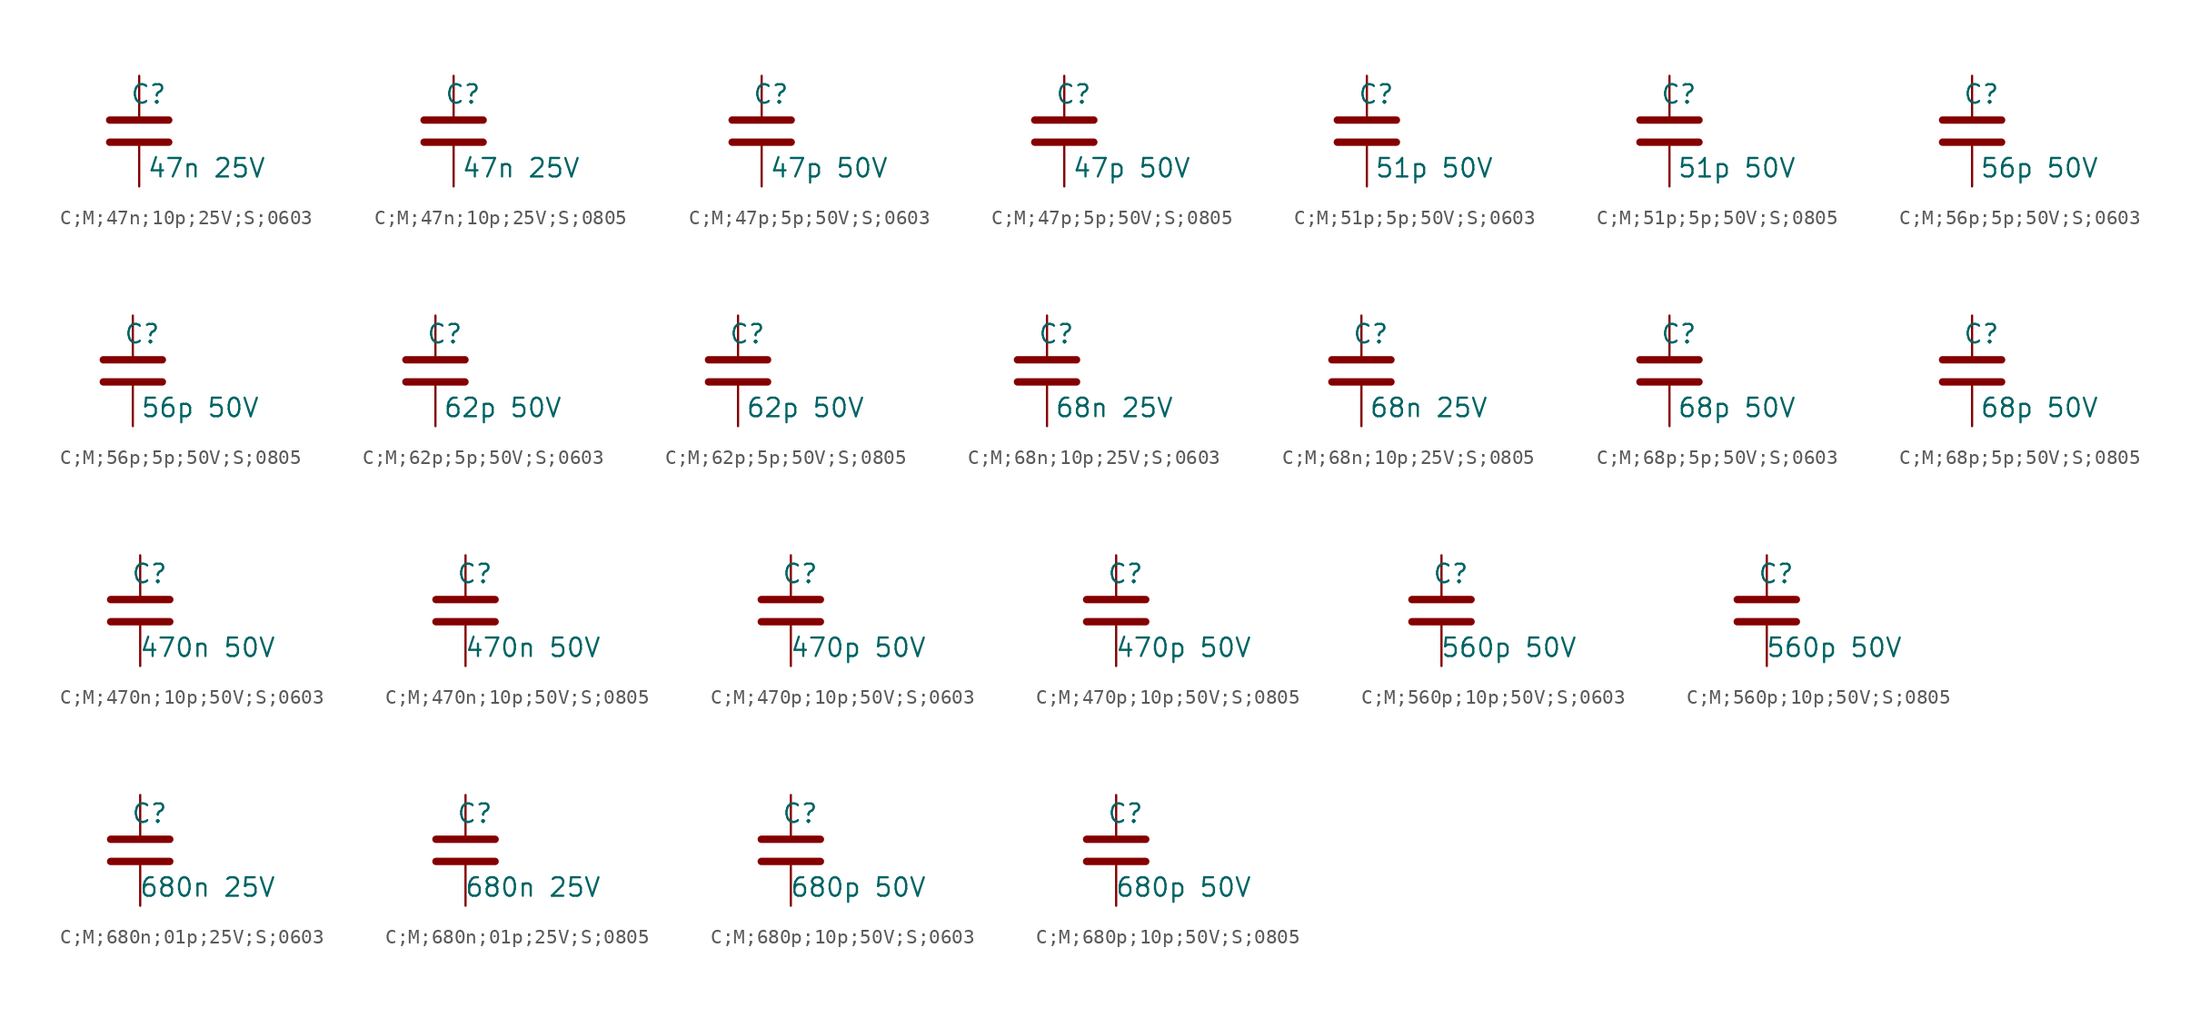
<source format=kicad_sym>
(kicad_symbol_lib
  (version 20231120)
  (generator "kicad_symbol_editor")
  (generator_version "8.0")
  (symbol "C;M;47n;10p;25V;S;0603"
    (pin_numbers hide)
    (pin_names
      (offset 0.254))
    (property "Reference" "C"
      (at 0.635 2.54 0)
      (effects (font (size 1.27 1.27))))
    (property "Value" "47n 25V"
      (at 4.635 -2.54 0)
      (effects (font (size 1.27 1.27))))
    (symbol "C;M;47n;10p;25V;S;0603_0_1"
      (polyline (pts (xy -2.032 -0.762) (xy 2.032 -0.762)) (stroke (width 0.508) (type default)) (fill (type none)))
      (polyline (pts (xy -2.032 0.762) (xy 2.032 0.762)) (stroke (width 0.508) (type default)) (fill (type none))))
    (symbol "C;M;47n;10p;25V;S;0603_1_1"
      (pin passive line (at 0 3.81 270) (length 2.794) (name "~" (effects (font (size 1.27 1.27)))) (number "1" (effects (font (size 1.27 1.27)))))
      (pin passive line (at 0 -3.81 90) (length 2.794) (name "~" (effects (font (size 1.27 1.27)))) (number "2" (effects (font (size 1.27 1.27)))))))
  (symbol "C;M;47n;10p;25V;S;0805"
    (pin_numbers hide)
    (pin_names
      (offset 0.254))
    (property "Reference" "C"
      (at 0.635 2.54 0)
      (effects (font (size 1.27 1.27))))
    (property "Value" "47n 25V"
      (at 4.635 -2.54 0)
      (effects (font (size 1.27 1.27))))
    (symbol "C;M;47n;10p;25V;S;0805_0_1"
      (polyline (pts (xy -2.032 -0.762) (xy 2.032 -0.762)) (stroke (width 0.508) (type default)) (fill (type none)))
      (polyline (pts (xy -2.032 0.762) (xy 2.032 0.762)) (stroke (width 0.508) (type default)) (fill (type none))))
    (symbol "C;M;47n;10p;25V;S;0805_1_1"
      (pin passive line (at 0 3.81 270) (length 2.794) (name "~" (effects (font (size 1.27 1.27)))) (number "1" (effects (font (size 1.27 1.27)))))
      (pin passive line (at 0 -3.81 90) (length 2.794) (name "~" (effects (font (size 1.27 1.27)))) (number "2" (effects (font (size 1.27 1.27)))))))
  (symbol "C;M;47p;5p;50V;S;0603"
    (pin_numbers hide)
    (pin_names
      (offset 0.254))
    (property "Reference" "C"
      (at 0.635 2.54 0)
      (effects (font (size 1.27 1.27))))
    (property "Value" "47p 50V"
      (at 4.635 -2.54 0)
      (effects (font (size 1.27 1.27))))
    (symbol "C;M;47p;5p;50V;S;0603_0_1"
      (polyline (pts (xy -2.032 -0.762) (xy 2.032 -0.762)) (stroke (width 0.508) (type default)) (fill (type none)))
      (polyline (pts (xy -2.032 0.762) (xy 2.032 0.762)) (stroke (width 0.508) (type default)) (fill (type none))))
    (symbol "C;M;47p;5p;50V;S;0603_1_1"
      (pin passive line (at 0 3.81 270) (length 2.794) (name "~" (effects (font (size 1.27 1.27)))) (number "1" (effects (font (size 1.27 1.27)))))
      (pin passive line (at 0 -3.81 90) (length 2.794) (name "~" (effects (font (size 1.27 1.27)))) (number "2" (effects (font (size 1.27 1.27)))))))
  (symbol "C;M;47p;5p;50V;S;0805"
    (pin_numbers hide)
    (pin_names
      (offset 0.254))
    (property "Reference" "C"
      (at 0.635 2.54 0)
      (effects (font (size 1.27 1.27))))
    (property "Value" "47p 50V"
      (at 4.635 -2.54 0)
      (effects (font (size 1.27 1.27))))
    (symbol "C;M;47p;5p;50V;S;0805_0_1"
      (polyline (pts (xy -2.032 -0.762) (xy 2.032 -0.762)) (stroke (width 0.508) (type default)) (fill (type none)))
      (polyline (pts (xy -2.032 0.762) (xy 2.032 0.762)) (stroke (width 0.508) (type default)) (fill (type none))))
    (symbol "C;M;47p;5p;50V;S;0805_1_1"
      (pin passive line (at 0 3.81 270) (length 2.794) (name "~" (effects (font (size 1.27 1.27)))) (number "1" (effects (font (size 1.27 1.27)))))
      (pin passive line (at 0 -3.81 90) (length 2.794) (name "~" (effects (font (size 1.27 1.27)))) (number "2" (effects (font (size 1.27 1.27)))))))
  (symbol "C;M;51p;5p;50V;S;0603"
    (pin_numbers hide)
    (pin_names
      (offset 0.254))
    (property "Reference" "C"
      (at 0.635 2.54 0)
      (effects (font (size 1.27 1.27))))
    (property "Value" "51p 50V"
      (at 4.635 -2.54 0)
      (effects (font (size 1.27 1.27))))
    (symbol "C;M;51p;5p;50V;S;0603_0_1"
      (polyline (pts (xy -2.032 -0.762) (xy 2.032 -0.762)) (stroke (width 0.508) (type default)) (fill (type none)))
      (polyline (pts (xy -2.032 0.762) (xy 2.032 0.762)) (stroke (width 0.508) (type default)) (fill (type none))))
    (symbol "C;M;51p;5p;50V;S;0603_1_1"
      (pin passive line (at 0 3.81 270) (length 2.794) (name "~" (effects (font (size 1.27 1.27)))) (number "1" (effects (font (size 1.27 1.27)))))
      (pin passive line (at 0 -3.81 90) (length 2.794) (name "~" (effects (font (size 1.27 1.27)))) (number "2" (effects (font (size 1.27 1.27)))))))
  (symbol "C;M;51p;5p;50V;S;0805"
    (pin_numbers hide)
    (pin_names
      (offset 0.254))
    (property "Reference" "C"
      (at 0.635 2.54 0)
      (effects (font (size 1.27 1.27))))
    (property "Value" "51p 50V"
      (at 4.635 -2.54 0)
      (effects (font (size 1.27 1.27))))
    (symbol "C;M;51p;5p;50V;S;0805_0_1"
      (polyline (pts (xy -2.032 -0.762) (xy 2.032 -0.762)) (stroke (width 0.508) (type default)) (fill (type none)))
      (polyline (pts (xy -2.032 0.762) (xy 2.032 0.762)) (stroke (width 0.508) (type default)) (fill (type none))))
    (symbol "C;M;51p;5p;50V;S;0805_1_1"
      (pin passive line (at 0 3.81 270) (length 2.794) (name "~" (effects (font (size 1.27 1.27)))) (number "1" (effects (font (size 1.27 1.27)))))
      (pin passive line (at 0 -3.81 90) (length 2.794) (name "~" (effects (font (size 1.27 1.27)))) (number "2" (effects (font (size 1.27 1.27)))))))
  (symbol "C;M;56p;5p;50V;S;0603"
    (pin_numbers hide)
    (pin_names
      (offset 0.254))
    (property "Reference" "C"
      (at 0.635 2.54 0)
      (effects (font (size 1.27 1.27))))
    (property "Value" "56p 50V"
      (at 4.635 -2.54 0)
      (effects (font (size 1.27 1.27))))
    (symbol "C;M;56p;5p;50V;S;0603_0_1"
      (polyline (pts (xy -2.032 -0.762) (xy 2.032 -0.762)) (stroke (width 0.508) (type default)) (fill (type none)))
      (polyline (pts (xy -2.032 0.762) (xy 2.032 0.762)) (stroke (width 0.508) (type default)) (fill (type none))))
    (symbol "C;M;56p;5p;50V;S;0603_1_1"
      (pin passive line (at 0 3.81 270) (length 2.794) (name "~" (effects (font (size 1.27 1.27)))) (number "1" (effects (font (size 1.27 1.27)))))
      (pin passive line (at 0 -3.81 90) (length 2.794) (name "~" (effects (font (size 1.27 1.27)))) (number "2" (effects (font (size 1.27 1.27)))))))
  (symbol "C;M;56p;5p;50V;S;0805"
    (pin_numbers hide)
    (pin_names
      (offset 0.254))
    (property "Reference" "C"
      (at 0.635 2.54 0)
      (effects (font (size 1.27 1.27))))
    (property "Value" "56p 50V"
      (at 4.635 -2.54 0)
      (effects (font (size 1.27 1.27))))
    (symbol "C;M;56p;5p;50V;S;0805_0_1"
      (polyline (pts (xy -2.032 -0.762) (xy 2.032 -0.762)) (stroke (width 0.508) (type default)) (fill (type none)))
      (polyline (pts (xy -2.032 0.762) (xy 2.032 0.762)) (stroke (width 0.508) (type default)) (fill (type none))))
    (symbol "C;M;56p;5p;50V;S;0805_1_1"
      (pin passive line (at 0 3.81 270) (length 2.794) (name "~" (effects (font (size 1.27 1.27)))) (number "1" (effects (font (size 1.27 1.27)))))
      (pin passive line (at 0 -3.81 90) (length 2.794) (name "~" (effects (font (size 1.27 1.27)))) (number "2" (effects (font (size 1.27 1.27)))))))
  (symbol "C;M;62p;5p;50V;S;0603"
    (pin_numbers hide)
    (pin_names
      (offset 0.254))
    (property "Reference" "C"
      (at 0.635 2.54 0)
      (effects (font (size 1.27 1.27))))
    (property "Value" "62p 50V"
      (at 4.635 -2.54 0)
      (effects (font (size 1.27 1.27))))
    (symbol "C;M;62p;5p;50V;S;0603_0_1"
      (polyline (pts (xy -2.032 -0.762) (xy 2.032 -0.762)) (stroke (width 0.508) (type default)) (fill (type none)))
      (polyline (pts (xy -2.032 0.762) (xy 2.032 0.762)) (stroke (width 0.508) (type default)) (fill (type none))))
    (symbol "C;M;62p;5p;50V;S;0603_1_1"
      (pin passive line (at 0 3.81 270) (length 2.794) (name "~" (effects (font (size 1.27 1.27)))) (number "1" (effects (font (size 1.27 1.27)))))
      (pin passive line (at 0 -3.81 90) (length 2.794) (name "~" (effects (font (size 1.27 1.27)))) (number "2" (effects (font (size 1.27 1.27)))))))
  (symbol "C;M;62p;5p;50V;S;0805"
    (pin_numbers hide)
    (pin_names
      (offset 0.254))
    (property "Reference" "C"
      (at 0.635 2.54 0)
      (effects (font (size 1.27 1.27))))
    (property "Value" "62p 50V"
      (at 4.635 -2.54 0)
      (effects (font (size 1.27 1.27))))
    (symbol "C;M;62p;5p;50V;S;0805_0_1"
      (polyline (pts (xy -2.032 -0.762) (xy 2.032 -0.762)) (stroke (width 0.508) (type default)) (fill (type none)))
      (polyline (pts (xy -2.032 0.762) (xy 2.032 0.762)) (stroke (width 0.508) (type default)) (fill (type none))))
    (symbol "C;M;62p;5p;50V;S;0805_1_1"
      (pin passive line (at 0 3.81 270) (length 2.794) (name "~" (effects (font (size 1.27 1.27)))) (number "1" (effects (font (size 1.27 1.27)))))
      (pin passive line (at 0 -3.81 90) (length 2.794) (name "~" (effects (font (size 1.27 1.27)))) (number "2" (effects (font (size 1.27 1.27)))))))
  (symbol "C;M;68n;10p;25V;S;0603"
    (pin_numbers hide)
    (pin_names
      (offset 0.254))
    (property "Reference" "C"
      (at 0.635 2.54 0)
      (effects (font (size 1.27 1.27))))
    (property "Value" "68n 25V"
      (at 4.635 -2.54 0)
      (effects (font (size 1.27 1.27))))
    (symbol "C;M;68n;10p;25V;S;0603_0_1"
      (polyline (pts (xy -2.032 -0.762) (xy 2.032 -0.762)) (stroke (width 0.508) (type default)) (fill (type none)))
      (polyline (pts (xy -2.032 0.762) (xy 2.032 0.762)) (stroke (width 0.508) (type default)) (fill (type none))))
    (symbol "C;M;68n;10p;25V;S;0603_1_1"
      (pin passive line (at 0 3.81 270) (length 2.794) (name "~" (effects (font (size 1.27 1.27)))) (number "1" (effects (font (size 1.27 1.27)))))
      (pin passive line (at 0 -3.81 90) (length 2.794) (name "~" (effects (font (size 1.27 1.27)))) (number "2" (effects (font (size 1.27 1.27)))))))
  (symbol "C;M;68n;10p;25V;S;0805"
    (pin_numbers hide)
    (pin_names
      (offset 0.254))
    (property "Reference" "C"
      (at 0.635 2.54 0)
      (effects (font (size 1.27 1.27))))
    (property "Value" "68n 25V"
      (at 4.635 -2.54 0)
      (effects (font (size 1.27 1.27))))
    (symbol "C;M;68n;10p;25V;S;0805_0_1"
      (polyline (pts (xy -2.032 -0.762) (xy 2.032 -0.762)) (stroke (width 0.508) (type default)) (fill (type none)))
      (polyline (pts (xy -2.032 0.762) (xy 2.032 0.762)) (stroke (width 0.508) (type default)) (fill (type none))))
    (symbol "C;M;68n;10p;25V;S;0805_1_1"
      (pin passive line (at 0 3.81 270) (length 2.794) (name "~" (effects (font (size 1.27 1.27)))) (number "1" (effects (font (size 1.27 1.27)))))
      (pin passive line (at 0 -3.81 90) (length 2.794) (name "~" (effects (font (size 1.27 1.27)))) (number "2" (effects (font (size 1.27 1.27)))))))
  (symbol "C;M;68p;5p;50V;S;0603"
    (pin_numbers hide)
    (pin_names
      (offset 0.254))
    (property "Reference" "C"
      (at 0.635 2.54 0)
      (effects (font (size 1.27 1.27))))
    (property "Value" "68p 50V"
      (at 4.635 -2.54 0)
      (effects (font (size 1.27 1.27))))
    (symbol "C;M;68p;5p;50V;S;0603_0_1"
      (polyline (pts (xy -2.032 -0.762) (xy 2.032 -0.762)) (stroke (width 0.508) (type default)) (fill (type none)))
      (polyline (pts (xy -2.032 0.762) (xy 2.032 0.762)) (stroke (width 0.508) (type default)) (fill (type none))))
    (symbol "C;M;68p;5p;50V;S;0603_1_1"
      (pin passive line (at 0 3.81 270) (length 2.794) (name "~" (effects (font (size 1.27 1.27)))) (number "1" (effects (font (size 1.27 1.27)))))
      (pin passive line (at 0 -3.81 90) (length 2.794) (name "~" (effects (font (size 1.27 1.27)))) (number "2" (effects (font (size 1.27 1.27)))))))
  (symbol "C;M;68p;5p;50V;S;0805"
    (pin_numbers hide)
    (pin_names
      (offset 0.254))
    (property "Reference" "C"
      (at 0.635 2.54 0)
      (effects (font (size 1.27 1.27))))
    (property "Value" "68p 50V"
      (at 4.635 -2.54 0)
      (effects (font (size 1.27 1.27))))
    (symbol "C;M;68p;5p;50V;S;0805_0_1"
      (polyline (pts (xy -2.032 -0.762) (xy 2.032 -0.762)) (stroke (width 0.508) (type default)) (fill (type none)))
      (polyline (pts (xy -2.032 0.762) (xy 2.032 0.762)) (stroke (width 0.508) (type default)) (fill (type none))))
    (symbol "C;M;68p;5p;50V;S;0805_1_1"
      (pin passive line (at 0 3.81 270) (length 2.794) (name "~" (effects (font (size 1.27 1.27)))) (number "1" (effects (font (size 1.27 1.27)))))
      (pin passive line (at 0 -3.81 90) (length 2.794) (name "~" (effects (font (size 1.27 1.27)))) (number "2" (effects (font (size 1.27 1.27)))))))
  (symbol "C;M;470n;10p;50V;S;0603"
    (pin_numbers hide)
    (pin_names
      (offset 0.254))
    (property "Reference" "C"
      (at 0.635 2.54 0)
      (effects (font (size 1.27 1.27))))
    (property "Value" "470n 50V"
      (at 4.635 -2.54 0)
      (effects (font (size 1.27 1.27))))
    (symbol "C;M;470n;10p;50V;S;0603_0_1"
      (polyline (pts (xy -2.032 -0.762) (xy 2.032 -0.762)) (stroke (width 0.508) (type default)) (fill (type none)))
      (polyline (pts (xy -2.032 0.762) (xy 2.032 0.762)) (stroke (width 0.508) (type default)) (fill (type none))))
    (symbol "C;M;470n;10p;50V;S;0603_1_1"
      (pin passive line (at 0 3.81 270) (length 2.794) (name "~" (effects (font (size 1.27 1.27)))) (number "1" (effects (font (size 1.27 1.27)))))
      (pin passive line (at 0 -3.81 90) (length 2.794) (name "~" (effects (font (size 1.27 1.27)))) (number "2" (effects (font (size 1.27 1.27)))))))
  (symbol "C;M;470n;10p;50V;S;0805"
    (pin_numbers hide)
    (pin_names
      (offset 0.254))
    (property "Reference" "C"
      (at 0.635 2.54 0)
      (effects (font (size 1.27 1.27))))
    (property "Value" "470n 50V"
      (at 4.635 -2.54 0)
      (effects (font (size 1.27 1.27))))
    (symbol "C;M;470n;10p;50V;S;0805_0_1"
      (polyline (pts (xy -2.032 -0.762) (xy 2.032 -0.762)) (stroke (width 0.508) (type default)) (fill (type none)))
      (polyline (pts (xy -2.032 0.762) (xy 2.032 0.762)) (stroke (width 0.508) (type default)) (fill (type none))))
    (symbol "C;M;470n;10p;50V;S;0805_1_1"
      (pin passive line (at 0 3.81 270) (length 2.794) (name "~" (effects (font (size 1.27 1.27)))) (number "1" (effects (font (size 1.27 1.27)))))
      (pin passive line (at 0 -3.81 90) (length 2.794) (name "~" (effects (font (size 1.27 1.27)))) (number "2" (effects (font (size 1.27 1.27)))))))
  (symbol "C;M;470p;10p;50V;S;0603"
    (pin_numbers hide)
    (pin_names
      (offset 0.254))
    (property "Reference" "C"
      (at 0.635 2.54 0)
      (effects (font (size 1.27 1.27))))
    (property "Value" "470p 50V"
      (at 4.635 -2.54 0)
      (effects (font (size 1.27 1.27))))
    (symbol "C;M;470p;10p;50V;S;0603_0_1"
      (polyline (pts (xy -2.032 -0.762) (xy 2.032 -0.762)) (stroke (width 0.508) (type default)) (fill (type none)))
      (polyline (pts (xy -2.032 0.762) (xy 2.032 0.762)) (stroke (width 0.508) (type default)) (fill (type none))))
    (symbol "C;M;470p;10p;50V;S;0603_1_1"
      (pin passive line (at 0 3.81 270) (length 2.794) (name "~" (effects (font (size 1.27 1.27)))) (number "1" (effects (font (size 1.27 1.27)))))
      (pin passive line (at 0 -3.81 90) (length 2.794) (name "~" (effects (font (size 1.27 1.27)))) (number "2" (effects (font (size 1.27 1.27)))))))
  (symbol "C;M;470p;10p;50V;S;0805"
    (pin_numbers hide)
    (pin_names
      (offset 0.254))
    (property "Reference" "C"
      (at 0.635 2.54 0)
      (effects (font (size 1.27 1.27))))
    (property "Value" "470p 50V"
      (at 4.635 -2.54 0)
      (effects (font (size 1.27 1.27))))
    (symbol "C;M;470p;10p;50V;S;0805_0_1"
      (polyline (pts (xy -2.032 -0.762) (xy 2.032 -0.762)) (stroke (width 0.508) (type default)) (fill (type none)))
      (polyline (pts (xy -2.032 0.762) (xy 2.032 0.762)) (stroke (width 0.508) (type default)) (fill (type none))))
    (symbol "C;M;470p;10p;50V;S;0805_1_1"
      (pin passive line (at 0 3.81 270) (length 2.794) (name "~" (effects (font (size 1.27 1.27)))) (number "1" (effects (font (size 1.27 1.27)))))
      (pin passive line (at 0 -3.81 90) (length 2.794) (name "~" (effects (font (size 1.27 1.27)))) (number "2" (effects (font (size 1.27 1.27)))))))
  (symbol "C;M;560p;10p;50V;S;0603"
    (pin_numbers hide)
    (pin_names
      (offset 0.254))
    (property "Reference" "C"
      (at 0.635 2.54 0)
      (effects (font (size 1.27 1.27))))
    (property "Value" "560p 50V"
      (at 4.635 -2.54 0)
      (effects (font (size 1.27 1.27))))
    (symbol "C;M;560p;10p;50V;S;0603_0_1"
      (polyline (pts (xy -2.032 -0.762) (xy 2.032 -0.762)) (stroke (width 0.508) (type default)) (fill (type none)))
      (polyline (pts (xy -2.032 0.762) (xy 2.032 0.762)) (stroke (width 0.508) (type default)) (fill (type none))))
    (symbol "C;M;560p;10p;50V;S;0603_1_1"
      (pin passive line (at 0 3.81 270) (length 2.794) (name "~" (effects (font (size 1.27 1.27)))) (number "1" (effects (font (size 1.27 1.27)))))
      (pin passive line (at 0 -3.81 90) (length 2.794) (name "~" (effects (font (size 1.27 1.27)))) (number "2" (effects (font (size 1.27 1.27)))))))
  (symbol "C;M;560p;10p;50V;S;0805"
    (pin_numbers hide)
    (pin_names
      (offset 0.254))
    (property "Reference" "C"
      (at 0.635 2.54 0)
      (effects (font (size 1.27 1.27))))
    (property "Value" "560p 50V"
      (at 4.635 -2.54 0)
      (effects (font (size 1.27 1.27))))
    (symbol "C;M;560p;10p;50V;S;0805_0_1"
      (polyline (pts (xy -2.032 -0.762) (xy 2.032 -0.762)) (stroke (width 0.508) (type default)) (fill (type none)))
      (polyline (pts (xy -2.032 0.762) (xy 2.032 0.762)) (stroke (width 0.508) (type default)) (fill (type none))))
    (symbol "C;M;560p;10p;50V;S;0805_1_1"
      (pin passive line (at 0 3.81 270) (length 2.794) (name "~" (effects (font (size 1.27 1.27)))) (number "1" (effects (font (size 1.27 1.27)))))
      (pin passive line (at 0 -3.81 90) (length 2.794) (name "~" (effects (font (size 1.27 1.27)))) (number "2" (effects (font (size 1.27 1.27)))))))
  (symbol "C;M;680n;01p;25V;S;0603"
    (pin_numbers hide)
    (pin_names
      (offset 0.254))
    (property "Reference" "C"
      (at 0.635 2.54 0)
      (effects (font (size 1.27 1.27))))
    (property "Value" "680n 25V"
      (at 4.635 -2.54 0)
      (effects (font (size 1.27 1.27))))
    (symbol "C;M;680n;01p;25V;S;0603_0_1"
      (polyline (pts (xy -2.032 -0.762) (xy 2.032 -0.762)) (stroke (width 0.508) (type default)) (fill (type none)))
      (polyline (pts (xy -2.032 0.762) (xy 2.032 0.762)) (stroke (width 0.508) (type default)) (fill (type none))))
    (symbol "C;M;680n;01p;25V;S;0603_1_1"
      (pin passive line (at 0 3.81 270) (length 2.794) (name "~" (effects (font (size 1.27 1.27)))) (number "1" (effects (font (size 1.27 1.27)))))
      (pin passive line (at 0 -3.81 90) (length 2.794) (name "~" (effects (font (size 1.27 1.27)))) (number "2" (effects (font (size 1.27 1.27)))))))
  (symbol "C;M;680n;01p;25V;S;0805"
    (pin_numbers hide)
    (pin_names
      (offset 0.254))
    (property "Reference" "C"
      (at 0.635 2.54 0)
      (effects (font (size 1.27 1.27))))
    (property "Value" "680n 25V"
      (at 4.635 -2.54 0)
      (effects (font (size 1.27 1.27))))
    (symbol "C;M;680n;01p;25V;S;0805_0_1"
      (polyline (pts (xy -2.032 -0.762) (xy 2.032 -0.762)) (stroke (width 0.508) (type default)) (fill (type none)))
      (polyline (pts (xy -2.032 0.762) (xy 2.032 0.762)) (stroke (width 0.508) (type default)) (fill (type none))))
    (symbol "C;M;680n;01p;25V;S;0805_1_1"
      (pin passive line (at 0 3.81 270) (length 2.794) (name "~" (effects (font (size 1.27 1.27)))) (number "1" (effects (font (size 1.27 1.27)))))
      (pin passive line (at 0 -3.81 90) (length 2.794) (name "~" (effects (font (size 1.27 1.27)))) (number "2" (effects (font (size 1.27 1.27)))))))
  (symbol "C;M;680p;10p;50V;S;0603"
    (pin_numbers hide)
    (pin_names
      (offset 0.254))
    (property "Reference" "C"
      (at 0.635 2.54 0)
      (effects (font (size 1.27 1.27))))
    (property "Value" "680p 50V"
      (at 4.635 -2.54 0)
      (effects (font (size 1.27 1.27))))
    (symbol "C;M;680p;10p;50V;S;0603_0_1"
      (polyline (pts (xy -2.032 -0.762) (xy 2.032 -0.762)) (stroke (width 0.508) (type default)) (fill (type none)))
      (polyline (pts (xy -2.032 0.762) (xy 2.032 0.762)) (stroke (width 0.508) (type default)) (fill (type none))))
    (symbol "C;M;680p;10p;50V;S;0603_1_1"
      (pin passive line (at 0 3.81 270) (length 2.794) (name "~" (effects (font (size 1.27 1.27)))) (number "1" (effects (font (size 1.27 1.27)))))
      (pin passive line (at 0 -3.81 90) (length 2.794) (name "~" (effects (font (size 1.27 1.27)))) (number "2" (effects (font (size 1.27 1.27)))))))
  (symbol "C;M;680p;10p;50V;S;0805"
    (pin_numbers hide)
    (pin_names
      (offset 0.254))
    (property "Reference" "C"
      (at 0.635 2.54 0)
      (effects (font (size 1.27 1.27))))
    (property "Value" "680p 50V"
      (at 4.635 -2.54 0)
      (effects (font (size 1.27 1.27))))
    (symbol "C;M;680p;10p;50V;S;0805_0_1"
      (polyline (pts (xy -2.032 -0.762) (xy 2.032 -0.762)) (stroke (width 0.508) (type default)) (fill (type none)))
      (polyline (pts (xy -2.032 0.762) (xy 2.032 0.762)) (stroke (width 0.508) (type default)) (fill (type none))))
    (symbol "C;M;680p;10p;50V;S;0805_1_1"
      (pin passive line (at 0 3.81 270) (length 2.794) (name "~" (effects (font (size 1.27 1.27)))) (number "1" (effects (font (size 1.27 1.27)))))
      (pin passive line (at 0 -3.81 90) (length 2.794) (name "~" (effects (font (size 1.27 1.27)))) (number "2" (effects (font (size 1.27 1.27))))))))
</source>
